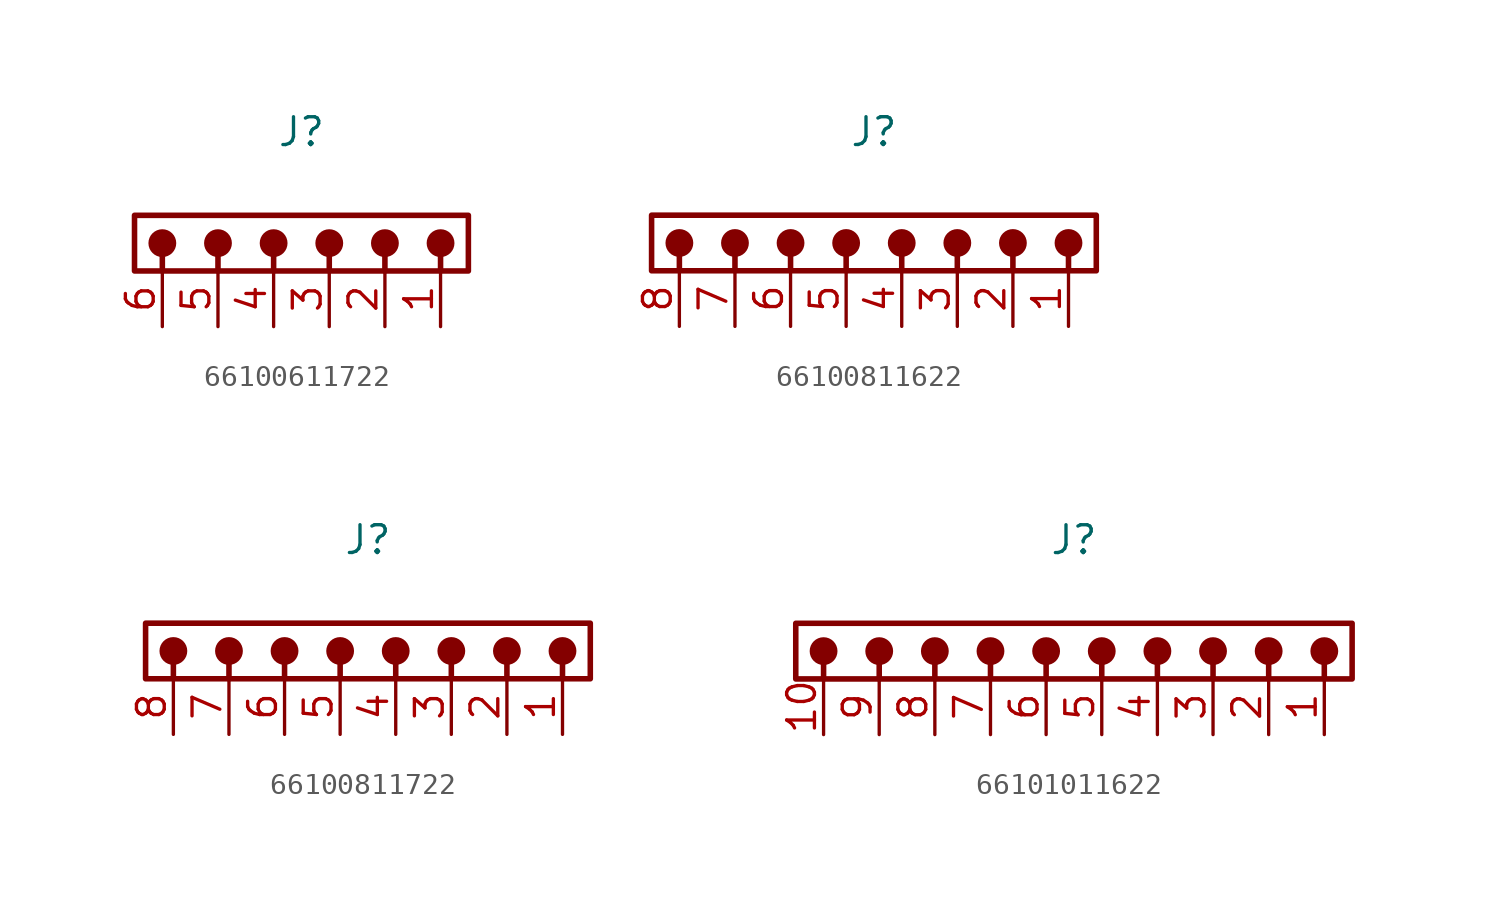
<source format=kicad_sym>
(kicad_symbol_lib
  (version 20241209)
  (generator "kicad_symbol_editor")
  (generator_version "9.0")
  (symbol "66100611722"
    (pin_names
      (hide yes))
    (property "Reference" "J"
      (at 0 5.08 0)
      (effects (font (size 1.27 1.27))))
    (symbol "66100611722_1_1"
      (rectangle (start -7.62 1.27) (end 7.62 -1.27) (stroke (width 0.254) (type solid)) (fill (type none)))
      (circle (center -6.35 0) (radius 0.508) (stroke (width 0.254) (type solid)) (fill (type outline)))
      (polyline (pts (xy -6.35 -0.508) (xy -6.35 -1.27)) (stroke (width 0.254) (type solid)) (fill (type none)))
      (circle (center -3.81 0) (radius 0.508) (stroke (width 0.254) (type solid)) (fill (type outline)))
      (polyline (pts (xy -3.81 -0.508) (xy -3.81 -1.27)) (stroke (width 0.254) (type solid)) (fill (type none)))
      (circle (center -1.27 0) (radius 0.508) (stroke (width 0.254) (type solid)) (fill (type outline)))
      (polyline (pts (xy -1.27 -0.508) (xy -1.27 -1.27)) (stroke (width 0.254) (type solid)) (fill (type none)))
      (circle (center 1.27 0) (radius 0.508) (stroke (width 0.254) (type solid)) (fill (type outline)))
      (polyline (pts (xy 1.27 -0.508) (xy 1.27 -1.27)) (stroke (width 0.254) (type solid)) (fill (type none)))
      (circle (center 3.81 0) (radius 0.508) (stroke (width 0.254) (type solid)) (fill (type outline)))
      (polyline (pts (xy 3.81 -0.508) (xy 3.81 -1.27)) (stroke (width 0.254) (type solid)) (fill (type none)))
      (circle (center 6.35 0) (radius 0.508) (stroke (width 0.254) (type solid)) (fill (type outline)))
      (polyline (pts (xy 6.35 -0.508) (xy 6.35 -1.27)) (stroke (width 0.254) (type solid)) (fill (type none)))
      (pin passive line (at -6.35 -3.81 90) (length 2.54) (name "6" (effects (font (size 1.27 1.27)))) (number "6" (effects (font (size 1.27 1.27)))))
      (pin passive line (at -3.81 -3.81 90) (length 2.54) (name "5" (effects (font (size 1.27 1.27)))) (number "5" (effects (font (size 1.27 1.27)))))
      (pin passive line (at -1.27 -3.81 90) (length 2.54) (name "4" (effects (font (size 1.27 1.27)))) (number "4" (effects (font (size 1.27 1.27)))))
      (pin passive line (at 1.27 -3.81 90) (length 2.54) (name "3" (effects (font (size 1.27 1.27)))) (number "3" (effects (font (size 1.27 1.27)))))
      (pin passive line (at 3.81 -3.81 90) (length 2.54) (name "2" (effects (font (size 1.27 1.27)))) (number "2" (effects (font (size 1.27 1.27)))))
      (pin passive line (at 6.35 -3.81 90) (length 2.54) (name "1" (effects (font (size 1.27 1.27)))) (number "1" (effects (font (size 1.27 1.27)))))))
  (symbol "66100811622"
    (pin_names
      (hide yes))
    (property "Reference" "J"
      (at 0 5.08 0)
      (effects (font (size 1.27 1.27))))
    (symbol "66100811622_1_1"
      (rectangle (start -10.16 1.27) (end 10.16 -1.27) (stroke (width 0.254) (type solid)) (fill (type none)))
      (circle (center -8.89 0) (radius 0.508) (stroke (width 0.254) (type solid)) (fill (type outline)))
      (polyline (pts (xy -8.89 -0.508) (xy -8.89 -1.27)) (stroke (width 0.254) (type solid)) (fill (type none)))
      (circle (center -6.35 0) (radius 0.508) (stroke (width 0.254) (type solid)) (fill (type outline)))
      (polyline (pts (xy -6.35 -0.508) (xy -6.35 -1.27)) (stroke (width 0.254) (type solid)) (fill (type none)))
      (circle (center -3.81 0) (radius 0.508) (stroke (width 0.254) (type solid)) (fill (type outline)))
      (polyline (pts (xy -3.81 -0.508) (xy -3.81 -1.27)) (stroke (width 0.254) (type solid)) (fill (type none)))
      (circle (center -1.27 0) (radius 0.508) (stroke (width 0.254) (type solid)) (fill (type outline)))
      (polyline (pts (xy -1.27 -0.508) (xy -1.27 -1.27)) (stroke (width 0.254) (type solid)) (fill (type none)))
      (circle (center 1.27 0) (radius 0.508) (stroke (width 0.254) (type solid)) (fill (type outline)))
      (polyline (pts (xy 1.27 -0.508) (xy 1.27 -1.27)) (stroke (width 0.254) (type solid)) (fill (type none)))
      (circle (center 3.81 0) (radius 0.508) (stroke (width 0.254) (type solid)) (fill (type outline)))
      (polyline (pts (xy 3.81 -0.508) (xy 3.81 -1.27)) (stroke (width 0.254) (type solid)) (fill (type none)))
      (circle (center 6.35 0) (radius 0.508) (stroke (width 0.254) (type solid)) (fill (type outline)))
      (polyline (pts (xy 6.35 -0.508) (xy 6.35 -1.27)) (stroke (width 0.254) (type solid)) (fill (type none)))
      (circle (center 8.89 0) (radius 0.508) (stroke (width 0.254) (type solid)) (fill (type outline)))
      (polyline (pts (xy 8.89 -0.508) (xy 8.89 -1.27)) (stroke (width 0.254) (type solid)) (fill (type none)))
      (pin passive line (at -8.89 -3.81 90) (length 2.54) (name "8" (effects (font (size 1.27 1.27)))) (number "8" (effects (font (size 1.27 1.27)))))
      (pin passive line (at -6.35 -3.81 90) (length 2.54) (name "7" (effects (font (size 1.27 1.27)))) (number "7" (effects (font (size 1.27 1.27)))))
      (pin passive line (at -3.81 -3.81 90) (length 2.54) (name "6" (effects (font (size 1.27 1.27)))) (number "6" (effects (font (size 1.27 1.27)))))
      (pin passive line (at -1.27 -3.81 90) (length 2.54) (name "5" (effects (font (size 1.27 1.27)))) (number "5" (effects (font (size 1.27 1.27)))))
      (pin passive line (at 1.27 -3.81 90) (length 2.54) (name "4" (effects (font (size 1.27 1.27)))) (number "4" (effects (font (size 1.27 1.27)))))
      (pin passive line (at 3.81 -3.81 90) (length 2.54) (name "3" (effects (font (size 1.27 1.27)))) (number "3" (effects (font (size 1.27 1.27)))))
      (pin passive line (at 6.35 -3.81 90) (length 2.54) (name "2" (effects (font (size 1.27 1.27)))) (number "2" (effects (font (size 1.27 1.27)))))
      (pin passive line (at 8.89 -3.81 90) (length 2.54) (name "1" (effects (font (size 1.27 1.27)))) (number "1" (effects (font (size 1.27 1.27)))))))
  (symbol "66100811722"
    (pin_names
      (hide yes))
    (property "Reference" "J"
      (at 0 5.08 0)
      (effects (font (size 1.27 1.27))))
    (symbol "66100811722_1_1"
      (rectangle (start -10.16 1.27) (end 10.16 -1.27) (stroke (width 0.254) (type solid)) (fill (type none)))
      (circle (center -8.89 0) (radius 0.508) (stroke (width 0.254) (type solid)) (fill (type outline)))
      (polyline (pts (xy -8.89 -0.508) (xy -8.89 -1.27)) (stroke (width 0.254) (type solid)) (fill (type none)))
      (circle (center -6.35 0) (radius 0.508) (stroke (width 0.254) (type solid)) (fill (type outline)))
      (polyline (pts (xy -6.35 -0.508) (xy -6.35 -1.27)) (stroke (width 0.254) (type solid)) (fill (type none)))
      (circle (center -3.81 0) (radius 0.508) (stroke (width 0.254) (type solid)) (fill (type outline)))
      (polyline (pts (xy -3.81 -0.508) (xy -3.81 -1.27)) (stroke (width 0.254) (type solid)) (fill (type none)))
      (circle (center -1.27 0) (radius 0.508) (stroke (width 0.254) (type solid)) (fill (type outline)))
      (polyline (pts (xy -1.27 -0.508) (xy -1.27 -1.27)) (stroke (width 0.254) (type solid)) (fill (type none)))
      (circle (center 1.27 0) (radius 0.508) (stroke (width 0.254) (type solid)) (fill (type outline)))
      (polyline (pts (xy 1.27 -0.508) (xy 1.27 -1.27)) (stroke (width 0.254) (type solid)) (fill (type none)))
      (circle (center 3.81 0) (radius 0.508) (stroke (width 0.254) (type solid)) (fill (type outline)))
      (polyline (pts (xy 3.81 -0.508) (xy 3.81 -1.27)) (stroke (width 0.254) (type solid)) (fill (type none)))
      (circle (center 6.35 0) (radius 0.508) (stroke (width 0.254) (type solid)) (fill (type outline)))
      (polyline (pts (xy 6.35 -0.508) (xy 6.35 -1.27)) (stroke (width 0.254) (type solid)) (fill (type none)))
      (circle (center 8.89 0) (radius 0.508) (stroke (width 0.254) (type solid)) (fill (type outline)))
      (polyline (pts (xy 8.89 -0.508) (xy 8.89 -1.27)) (stroke (width 0.254) (type solid)) (fill (type none)))
      (pin passive line (at -8.89 -3.81 90) (length 2.54) (name "8" (effects (font (size 1.27 1.27)))) (number "8" (effects (font (size 1.27 1.27)))))
      (pin passive line (at -6.35 -3.81 90) (length 2.54) (name "7" (effects (font (size 1.27 1.27)))) (number "7" (effects (font (size 1.27 1.27)))))
      (pin passive line (at -3.81 -3.81 90) (length 2.54) (name "6" (effects (font (size 1.27 1.27)))) (number "6" (effects (font (size 1.27 1.27)))))
      (pin passive line (at -1.27 -3.81 90) (length 2.54) (name "5" (effects (font (size 1.27 1.27)))) (number "5" (effects (font (size 1.27 1.27)))))
      (pin passive line (at 1.27 -3.81 90) (length 2.54) (name "4" (effects (font (size 1.27 1.27)))) (number "4" (effects (font (size 1.27 1.27)))))
      (pin passive line (at 3.81 -3.81 90) (length 2.54) (name "3" (effects (font (size 1.27 1.27)))) (number "3" (effects (font (size 1.27 1.27)))))
      (pin passive line (at 6.35 -3.81 90) (length 2.54) (name "2" (effects (font (size 1.27 1.27)))) (number "2" (effects (font (size 1.27 1.27)))))
      (pin passive line (at 8.89 -3.81 90) (length 2.54) (name "1" (effects (font (size 1.27 1.27)))) (number "1" (effects (font (size 1.27 1.27)))))))
  (symbol "66101011622"
    (pin_names
      (hide yes))
    (property "Reference" "J"
      (at 0 5.08 0)
      (effects (font (size 1.27 1.27))))
    (symbol "66101011622_1_1"
      (rectangle (start -12.7 1.27) (end 12.7 -1.27) (stroke (width 0.254) (type solid)) (fill (type none)))
      (circle (center -11.43 0) (radius 0.508) (stroke (width 0.254) (type solid)) (fill (type outline)))
      (polyline (pts (xy -11.43 -0.508) (xy -11.43 -1.27)) (stroke (width 0.254) (type solid)) (fill (type none)))
      (circle (center -8.89 0) (radius 0.508) (stroke (width 0.254) (type solid)) (fill (type outline)))
      (polyline (pts (xy -8.89 -0.508) (xy -8.89 -1.27)) (stroke (width 0.254) (type solid)) (fill (type none)))
      (circle (center -6.35 0) (radius 0.508) (stroke (width 0.254) (type solid)) (fill (type outline)))
      (polyline (pts (xy -6.35 -0.508) (xy -6.35 -1.27)) (stroke (width 0.254) (type solid)) (fill (type none)))
      (circle (center -3.81 0) (radius 0.508) (stroke (width 0.254) (type solid)) (fill (type outline)))
      (polyline (pts (xy -3.81 -0.508) (xy -3.81 -1.27)) (stroke (width 0.254) (type solid)) (fill (type none)))
      (circle (center -1.27 0) (radius 0.508) (stroke (width 0.254) (type solid)) (fill (type outline)))
      (polyline (pts (xy -1.27 -0.508) (xy -1.27 -1.27)) (stroke (width 0.254) (type solid)) (fill (type none)))
      (circle (center 1.27 0) (radius 0.508) (stroke (width 0.254) (type solid)) (fill (type outline)))
      (polyline (pts (xy 1.27 -0.508) (xy 1.27 -1.27)) (stroke (width 0.254) (type solid)) (fill (type none)))
      (circle (center 3.81 0) (radius 0.508) (stroke (width 0.254) (type solid)) (fill (type outline)))
      (polyline (pts (xy 3.81 -0.508) (xy 3.81 -1.27)) (stroke (width 0.254) (type solid)) (fill (type none)))
      (circle (center 6.35 0) (radius 0.508) (stroke (width 0.254) (type solid)) (fill (type outline)))
      (polyline (pts (xy 6.35 -0.508) (xy 6.35 -1.27)) (stroke (width 0.254) (type solid)) (fill (type none)))
      (circle (center 8.89 0) (radius 0.508) (stroke (width 0.254) (type solid)) (fill (type outline)))
      (polyline (pts (xy 8.89 -0.508) (xy 8.89 -1.27)) (stroke (width 0.254) (type solid)) (fill (type none)))
      (circle (center 11.43 0) (radius 0.508) (stroke (width 0.254) (type solid)) (fill (type outline)))
      (polyline (pts (xy 11.43 -0.508) (xy 11.43 -1.27)) (stroke (width 0.254) (type solid)) (fill (type none)))
      (pin passive line (at -11.43 -3.81 90) (length 2.54) (name "10" (effects (font (size 1.27 1.27)))) (number "10" (effects (font (size 1.27 1.27)))))
      (pin passive line (at -8.89 -3.81 90) (length 2.54) (name "9" (effects (font (size 1.27 1.27)))) (number "9" (effects (font (size 1.27 1.27)))))
      (pin passive line (at -6.35 -3.81 90) (length 2.54) (name "8" (effects (font (size 1.27 1.27)))) (number "8" (effects (font (size 1.27 1.27)))))
      (pin passive line (at -3.81 -3.81 90) (length 2.54) (name "7" (effects (font (size 1.27 1.27)))) (number "7" (effects (font (size 1.27 1.27)))))
      (pin passive line (at -1.27 -3.81 90) (length 2.54) (name "6" (effects (font (size 1.27 1.27)))) (number "6" (effects (font (size 1.27 1.27)))))
      (pin passive line (at 1.27 -3.81 90) (length 2.54) (name "5" (effects (font (size 1.27 1.27)))) (number "5" (effects (font (size 1.27 1.27)))))
      (pin passive line (at 3.81 -3.81 90) (length 2.54) (name "4" (effects (font (size 1.27 1.27)))) (number "4" (effects (font (size 1.27 1.27)))))
      (pin passive line (at 6.35 -3.81 90) (length 2.54) (name "3" (effects (font (size 1.27 1.27)))) (number "3" (effects (font (size 1.27 1.27)))))
      (pin passive line (at 8.89 -3.81 90) (length 2.54) (name "2" (effects (font (size 1.27 1.27)))) (number "2" (effects (font (size 1.27 1.27)))))
      (pin passive line (at 11.43 -3.81 90) (length 2.54) (name "1" (effects (font (size 1.27 1.27)))) (number "1" (effects (font (size 1.27 1.27))))))))
</source>
